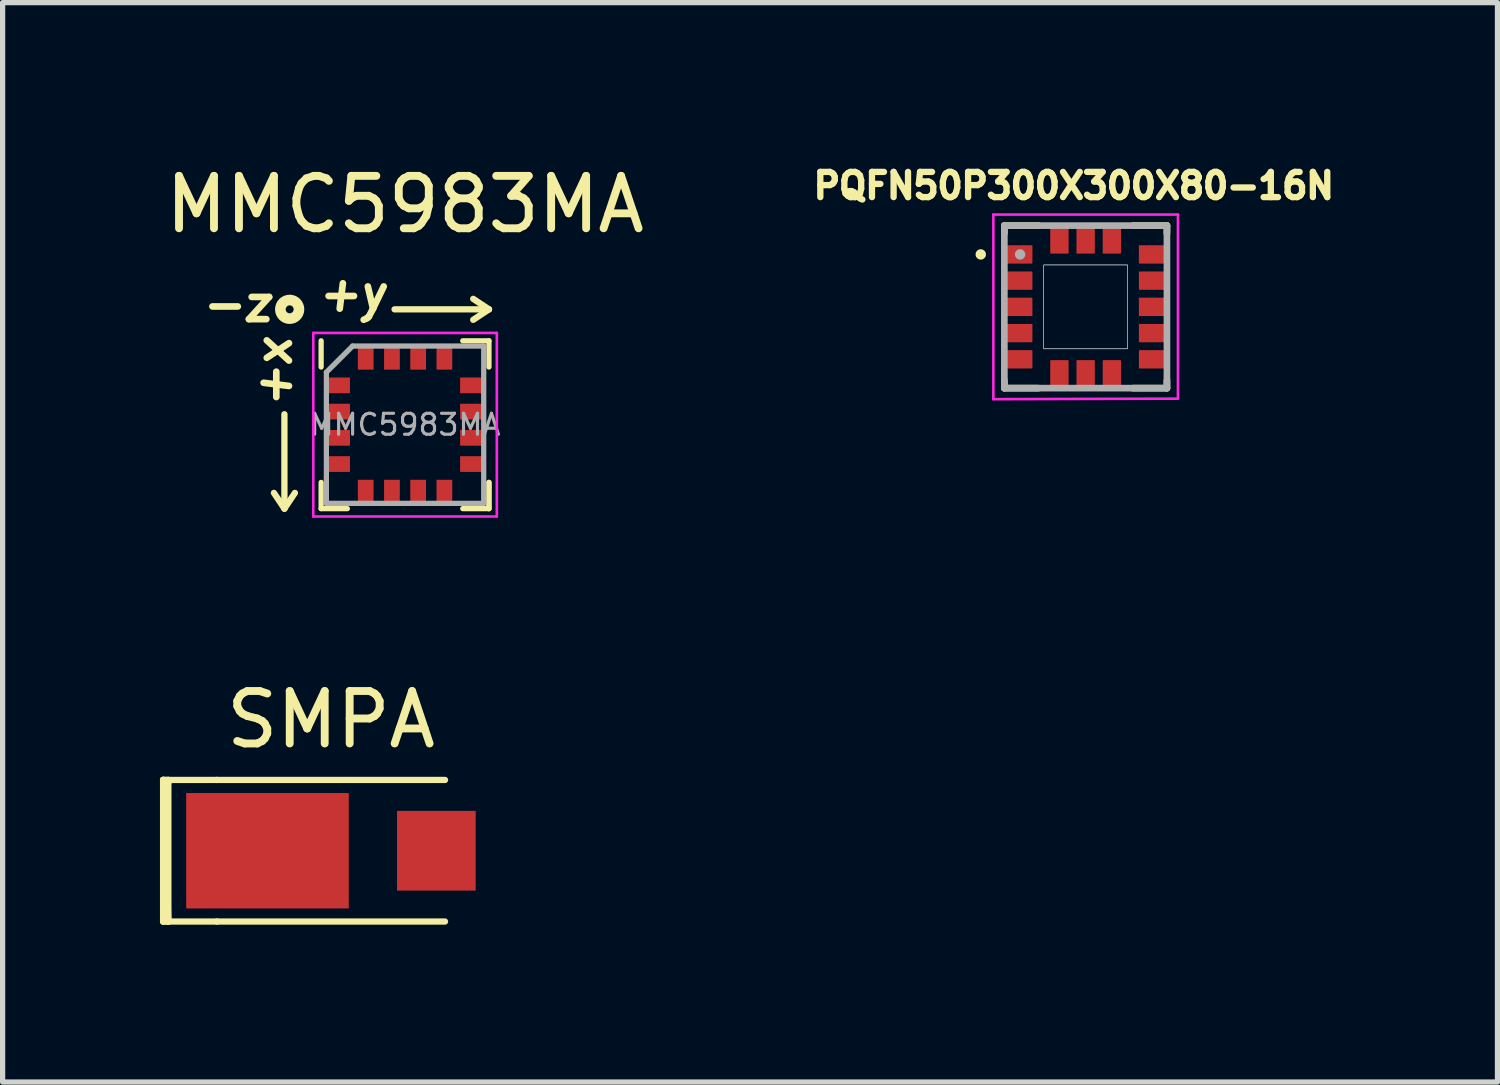
<source format=kicad_pcb>
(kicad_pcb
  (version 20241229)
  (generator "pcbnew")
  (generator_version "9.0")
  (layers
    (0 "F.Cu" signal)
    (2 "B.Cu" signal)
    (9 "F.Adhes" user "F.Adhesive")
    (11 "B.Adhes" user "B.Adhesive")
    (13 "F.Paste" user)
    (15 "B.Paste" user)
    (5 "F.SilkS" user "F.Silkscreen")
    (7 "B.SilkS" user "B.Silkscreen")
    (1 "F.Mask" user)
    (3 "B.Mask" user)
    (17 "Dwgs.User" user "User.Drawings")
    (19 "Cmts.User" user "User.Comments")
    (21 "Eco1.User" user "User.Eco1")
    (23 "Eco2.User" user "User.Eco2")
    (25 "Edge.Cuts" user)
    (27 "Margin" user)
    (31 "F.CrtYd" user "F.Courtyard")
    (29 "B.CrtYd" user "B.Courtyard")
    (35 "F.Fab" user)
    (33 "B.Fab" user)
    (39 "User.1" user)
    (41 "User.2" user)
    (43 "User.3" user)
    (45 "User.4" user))
  (footprint "PQFN50P300X300X80-16N"
    (layer "F.Cu")
    (at 17.65 2.801)
    (property "Reference" "PQFN50P300X300X80-16N" (at -0.226 -2.309 0) (layer "F.SilkS") (effects (font (size 0.481 0.481) (thickness 0.15))))
    (attr through_hole)
    (fp_line (start -1.55 -1.55) (end -0.9 -1.55) (stroke (width 0.127) (type solid)) (layer "F.SilkS"))
    (fp_line (start -1.55 -1.4) (end -1.55 -1.55) (stroke (width 0.127) (type solid)) (layer "F.SilkS"))
    (fp_line (start -1.55 1.4) (end -1.55 1.55) (stroke (width 0.127) (type solid)) (layer "F.SilkS"))
    (fp_line (start -1.55 1.55) (end -0.9 1.55) (stroke (width 0.127) (type solid)) (layer "F.SilkS"))
    (fp_line (start 0.9 -1.55) (end 1.55 -1.55) (stroke (width 0.127) (type solid)) (layer "F.SilkS"))
    (fp_line (start 0.9 1.55) (end 1.55 1.55) (stroke (width 0.127) (type solid)) (layer "F.SilkS"))
    (fp_line (start 1.55 -1.55) (end 1.55 -1.4) (stroke (width 0.127) (type solid)) (layer "F.SilkS"))
    (fp_line (start 1.55 1.55) (end 1.55 1.4) (stroke (width 0.127) (type solid)) (layer "F.SilkS"))
    (fp_circle (center -2 -1) (end -1.95 -1) (stroke (width 0.1) (type solid)) (fill no) (layer "F.SilkS"))
    (fp_poly (pts (xy -0.8 -0.8) (xy 0.8 -0.8) (xy 0.8 0.8) (xy -0.8 0.8)) (stroke (width 0.01) (type solid)) (fill no) (layer "Dwgs.User"))
    (fp_poly (pts (xy -0.8 -0.8) (xy 0.8 -0.8) (xy 0.8 0.8) (xy -0.8 0.8)) (stroke (width 0.01) (type solid)) (fill no) (layer "Dwgs.User"))
    (fp_line (start -1.76 -1.76) (end 1.76 -1.76) (stroke (width 0.05) (type solid)) (layer "F.CrtYd"))
    (fp_line (start -1.76 1.76) (end -1.76 -1.76) (stroke (width 0.05) (type solid)) (layer "F.CrtYd"))
    (fp_line (start 1.76 -1.76) (end 1.76 1.75) (stroke (width 0.05) (type solid)) (layer "F.CrtYd"))
    (fp_line (start 1.76 1.75) (end -1.76 1.76) (stroke (width 0.05) (type solid)) (layer "F.CrtYd"))
    (fp_line (start -1.55 -1.55) (end 1.55 -1.55) (stroke (width 0.127) (type solid)) (layer "F.Fab"))
    (fp_line (start -1.55 1.55) (end -1.55 -1.55) (stroke (width 0.127) (type solid)) (layer "F.Fab"))
    (fp_line (start 1.55 -1.55) (end 1.55 1.55) (stroke (width 0.127) (type solid)) (layer "F.Fab"))
    (fp_line (start 1.55 1.55) (end -1.55 1.55) (stroke (width 0.127) (type solid)) (layer "F.Fab"))
    (fp_circle (center -1.25 -1) (end -1.2 -1) (stroke (width 0.1) (type solid)) (fill no) (layer "F.Fab"))
    (pad "1" smd roundrect (at -1.26 -1) (size 0.49 0.35) (layers "F.Cu" "F.Mask" "F.Paste") (roundrect_rratio 0.04))
    (pad "2" smd roundrect (at -1.26 -0.5) (size 0.49 0.35) (layers "F.Cu" "F.Mask" "F.Paste") (roundrect_rratio 0.04))
    (pad "3" smd roundrect (at -1.26 0) (size 0.49 0.35) (layers "F.Cu" "F.Mask" "F.Paste") (roundrect_rratio 0.04))
    (pad "4" smd roundrect (at -1.26 0.5) (size 0.49 0.35) (layers "F.Cu" "F.Mask" "F.Paste") (roundrect_rratio 0.04))
    (pad "5" smd roundrect (at -1.26 1) (size 0.49 0.35) (layers "F.Cu" "F.Mask" "F.Paste") (roundrect_rratio 0.04))
    (pad "6" smd roundrect (at -0.5 1.26) (size 0.35 0.49) (layers "F.Cu" "F.Mask" "F.Paste") (roundrect_rratio 0.04))
    (pad "7" smd roundrect (at 0 1.26) (size 0.35 0.49) (layers "F.Cu" "F.Mask" "F.Paste") (roundrect_rratio 0.04))
    (pad "8" smd roundrect (at 0.5 1.26) (size 0.35 0.49) (layers "F.Cu" "F.Mask" "F.Paste") (roundrect_rratio 0.04))
    (pad "9" smd roundrect (at 1.26 1) (size 0.49 0.35) (layers "F.Cu" "F.Mask" "F.Paste") (roundrect_rratio 0.04))
    (pad "10" smd roundrect (at 1.26 0.5) (size 0.49 0.35) (layers "F.Cu" "F.Mask" "F.Paste") (roundrect_rratio 0.04))
    (pad "11" smd roundrect (at 1.26 0) (size 0.49 0.35) (layers "F.Cu" "F.Mask" "F.Paste") (roundrect_rratio 0.04))
    (pad "12" smd roundrect (at 1.26 -0.5) (size 0.49 0.35) (layers "F.Cu" "F.Mask" "F.Paste") (roundrect_rratio 0.04))
    (pad "13" smd roundrect (at 1.26 -1) (size 0.49 0.35) (layers "F.Cu" "F.Mask" "F.Paste") (roundrect_rratio 0.04))
    (pad "14" smd roundrect (at 0.5 -1.26) (size 0.35 0.49) (layers "F.Cu" "F.Mask" "F.Paste") (roundrect_rratio 0.04))
    (pad "15" smd roundrect (at 0 -1.26) (size 0.35 0.49) (layers "F.Cu" "F.Mask" "F.Paste") (roundrect_rratio 0.04))
    (pad "16" smd roundrect (at -0.5 -1.26) (size 0.35 0.49) (layers "F.Cu" "F.Mask" "F.Paste") (roundrect_rratio 0.04)))
  (footprint "MMC5983MA"
    (layer "F.Cu")
    (at 4.673 5.048)
    (property "Reference" "MMC5983MA" (at 0 -4.2 0) (layer "F.SilkS") (effects (font (size 1 1) (thickness 0.15))))
    (attr smd)
    (fp_line (start -2.3 -0.2) (end -2.3 1.6) (stroke (width 0.12) (type solid)) (layer "F.SilkS"))
    (fp_line (start -2.3 1.6) (end -2.5 1.3) (stroke (width 0.12) (type solid)) (layer "F.SilkS"))
    (fp_line (start -2.3 1.6) (end -2.1 1.3) (stroke (width 0.12) (type solid)) (layer "F.SilkS"))
    (fp_line (start -1.6 -1.6) (end -1.6 -1.1) (stroke (width 0.1) (type solid)) (layer "F.SilkS"))
    (fp_line (start -1.6 1.6) (end -1.6 1.1) (stroke (width 0.1) (type solid)) (layer "F.SilkS"))
    (fp_line (start -1.6 1.6) (end -1.1 1.6) (stroke (width 0.1) (type solid)) (layer "F.SilkS"))
    (fp_line (start -0.2 -2.2) (end 1.6 -2.2) (stroke (width 0.12) (type solid)) (layer "F.SilkS"))
    (fp_line (start 1.1 -1.6) (end 1.6 -1.6) (stroke (width 0.1) (type solid)) (layer "F.SilkS"))
    (fp_line (start 1.6 -2.2) (end 1.3 -2.4) (stroke (width 0.12) (type solid)) (layer "F.SilkS"))
    (fp_line (start 1.6 -2.2) (end 1.3 -2) (stroke (width 0.12) (type solid)) (layer "F.SilkS"))
    (fp_line (start 1.6 -1.6) (end 1.6 -1.1) (stroke (width 0.1) (type solid)) (layer "F.SilkS"))
    (fp_line (start 1.6 1.1) (end 1.6 1.6) (stroke (width 0.1) (type solid)) (layer "F.SilkS"))
    (fp_line (start 1.6 1.6) (end 1.1 1.6) (stroke (width 0.1) (type solid)) (layer "F.SilkS"))
    (fp_line (start 1.6 1.6) (end 1.6 1.1) (stroke (width 0.1) (type solid)) (layer "F.SilkS"))
    (fp_circle (center -2.2 -2.2) (end -2.124 -2.2) (stroke (width 0.203) (type solid)) (fill no) (layer "F.SilkS"))
    (fp_line (start -1.75 -1.75) (end 1.75 -1.75) (stroke (width 0.05) (type solid)) (layer "F.CrtYd"))
    (fp_line (start -1.75 1.75) (end -1.75 -1.75) (stroke (width 0.05) (type solid)) (layer "F.CrtYd"))
    (fp_line (start 1.75 -1.75) (end 1.75 1.75) (stroke (width 0.05) (type solid)) (layer "F.CrtYd"))
    (fp_line (start 1.75 1.75) (end -1.75 1.75) (stroke (width 0.05) (type solid)) (layer "F.CrtYd"))
    (fp_line (start -1.5 -1) (end -1 -1.5) (stroke (width 0.1) (type solid)) (layer "F.Fab"))
    (fp_line (start -1.5 1.5) (end -1.5 -1) (stroke (width 0.1) (type solid)) (layer "F.Fab"))
    (fp_line (start -1 -1.5) (end 1.5 -1.5) (stroke (width 0.1) (type solid)) (layer "F.Fab"))
    (fp_line (start 1.5 -1.5) (end 1.5 1.5) (stroke (width 0.1) (type solid)) (layer "F.Fab"))
    (fp_line (start 1.5 1.5) (end -1.5 1.5) (stroke (width 0.1) (type solid)) (layer "F.Fab"))
    (fp_text user "+y" (at -1 -2.5 0) (layer "F.SilkS") (effects (font (size 0.635 0.635) (thickness 0.127) (italic yes))))
    (fp_text user "-z" (at -3.2 -2.3 0) (layer "F.SilkS") (effects (font (size 0.635 0.635) (thickness 0.127) (italic yes))))
    (fp_text user "+x" (at -2.5 -1 90) (layer "F.SilkS") (effects (font (size 0.635 0.635) (thickness 0.127) (italic yes))))
    (fp_text user "${REFERENCE}" (at 0 0 180) (layer "F.Fab") (effects (font (size 0.4 0.4) (thickness 0.06))))
    (pad "1" smd rect (at -1.275 -0.75 90) (size 0.3 0.45) (layers "F.Cu" "F.Mask" "F.Paste"))
    (pad "2" smd rect (at -1.275 -0.25 90) (size 0.3 0.45) (layers "F.Cu" "F.Mask" "F.Paste"))
    (pad "3" smd rect (at -1.275 0.25 90) (size 0.3 0.45) (layers "F.Cu" "F.Mask" "F.Paste"))
    (pad "4" smd rect (at -1.275 0.75 90) (size 0.3 0.45) (layers "F.Cu" "F.Mask" "F.Paste"))
    (pad "5" smd rect (at -0.75 1.275) (size 0.3 0.45) (layers "F.Cu" "F.Mask" "F.Paste"))
    (pad "6" smd rect (at -0.25 1.275) (size 0.3 0.45) (layers "F.Cu" "F.Mask" "F.Paste"))
    (pad "7" smd rect (at 0.25 1.275) (size 0.3 0.45) (layers "F.Cu" "F.Mask" "F.Paste"))
    (pad "8" smd rect (at 0.75 1.275) (size 0.3 0.45) (layers "F.Cu" "F.Mask" "F.Paste"))
    (pad "9" smd rect (at 1.275 0.75 90) (size 0.3 0.45) (layers "F.Cu" "F.Mask" "F.Paste"))
    (pad "10" smd rect (at 1.275 0.25 90) (size 0.3 0.45) (layers "F.Cu" "F.Mask" "F.Paste"))
    (pad "11" smd rect (at 1.275 -0.25 90) (size 0.3 0.45) (layers "F.Cu" "F.Mask" "F.Paste"))
    (pad "12" smd rect (at 1.275 -0.75 90) (size 0.3 0.45) (layers "F.Cu" "F.Mask" "F.Paste"))
    (pad "13" smd rect (at 0.75 -1.275) (size 0.3 0.45) (layers "F.Cu" "F.Mask" "F.Paste"))
    (pad "14" smd rect (at 0.25 -1.275) (size 0.3 0.45) (layers "F.Cu" "F.Mask" "F.Paste"))
    (pad "15" smd rect (at -0.25 -1.275) (size 0.3 0.45) (layers "F.Cu" "F.Mask" "F.Paste"))
    (pad "16" smd rect (at -0.75 -1.275) (size 0.3 0.45) (layers "F.Cu" "F.Mask" "F.Paste")))
  (footprint "SMPA"
    (layer "F.Cu")
    (at 3.26 13.171)
    (property "Reference" "SMPA" (at 0 -2.5 0) (layer "F.SilkS") (effects (font (size 1 1) (thickness 0.15))))
    (attr through_hole)
    (fp_line (start -3.2 -1.35) (end -3.2 1.35) (stroke (width 0.12) (type solid)) (layer "F.SilkS"))
    (fp_line (start -3.2 -1.35) (end -3.1 -1.3) (stroke (width 0.12) (type solid)) (layer "F.SilkS"))
    (fp_line (start -3.2 1.35) (end -3.1 1.35) (stroke (width 0.12) (type solid)) (layer "F.SilkS"))
    (fp_line (start -3.2 1.35) (end -2.175 1.35) (stroke (width 0.12) (type solid)) (layer "F.SilkS"))
    (fp_line (start -3.1 -1.35) (end -3.2 -1.35) (stroke (width 0.12) (type solid)) (layer "F.SilkS"))
    (fp_line (start -3.1 -1.35) (end -3.1 1.35) (stroke (width 0.12) (type solid)) (layer "F.SilkS"))
    (fp_line (start -3.1 1.35) (end -3.2 -1.35) (stroke (width 0.12) (type solid)) (layer "F.SilkS"))
    (fp_line (start -2.175 -1.35) (end -3.2 -1.35) (stroke (width 0.12) (type solid)) (layer "F.SilkS"))
    (fp_line (start -2.175 -1.35) (end 2.175 -1.35) (stroke (width 0.12) (type solid)) (layer "F.SilkS"))
    (fp_line (start 2.175 1.35) (end -2.175 1.35) (stroke (width 0.12) (type solid)) (layer "F.SilkS"))
    (pad "1" smd rect (at -1.21 0) (size 3.1 2.2) (layers "F.Cu" "F.Mask" "F.Paste"))
    (pad "2" smd rect (at 2.01 0) (size 1.5 1.52) (layers "F.Cu" "F.Mask" "F.Paste")))
  (gr_rect
    (start -3 -3)
    (end 25.502 17.581)
    (stroke (width 0.1) (type default))
    (fill no)
    (layer "Edge.Cuts")))
</source>
